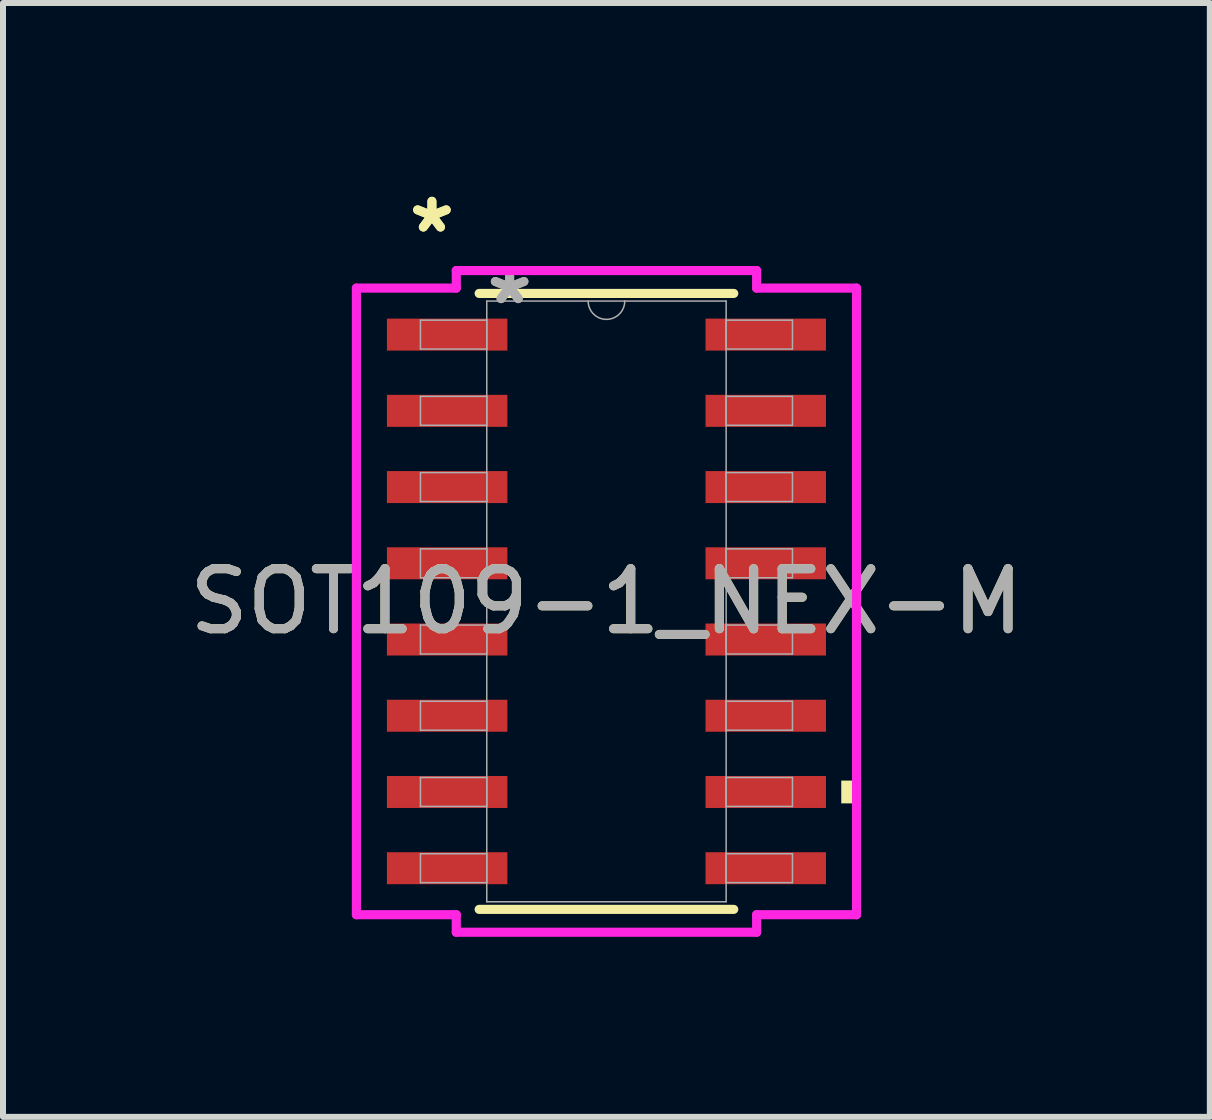
<source format=kicad_pcb>
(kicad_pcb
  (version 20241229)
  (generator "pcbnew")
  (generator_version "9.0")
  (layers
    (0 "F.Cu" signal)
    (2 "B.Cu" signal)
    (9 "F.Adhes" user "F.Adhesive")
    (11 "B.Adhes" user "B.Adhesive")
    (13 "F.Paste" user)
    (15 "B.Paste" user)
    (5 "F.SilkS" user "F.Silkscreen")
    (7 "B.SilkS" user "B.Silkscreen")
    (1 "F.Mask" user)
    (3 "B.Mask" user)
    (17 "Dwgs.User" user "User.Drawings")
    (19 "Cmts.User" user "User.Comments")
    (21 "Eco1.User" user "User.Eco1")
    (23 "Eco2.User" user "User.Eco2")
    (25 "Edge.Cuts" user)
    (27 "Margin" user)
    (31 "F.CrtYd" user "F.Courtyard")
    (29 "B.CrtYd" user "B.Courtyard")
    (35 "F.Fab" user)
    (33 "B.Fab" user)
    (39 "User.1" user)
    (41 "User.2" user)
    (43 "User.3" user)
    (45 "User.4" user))
  (footprint "SOT109-1_NEX-M"
    (layer "F.Cu")
    (at 7.054 6.97)
    (property "Reference" "SOT109-1_NEX-M" (at 0 0 0) (unlocked yes) (layer "F.SilkS") (effects (font (size 1 1) (thickness 0.15))))
    (attr smd)
    (fp_line (start -2.121 5.131) (end 2.121 5.131) (stroke (width 0.152) (type solid)) (layer "F.SilkS"))
    (fp_line (start 2.121 -5.131) (end -2.121 -5.131) (stroke (width 0.152) (type solid)) (layer "F.SilkS"))
    (fp_poly (pts (xy 4.166 2.985) (xy 4.166 3.365) (xy 3.912 3.365) (xy 3.912 2.985)) (stroke (width 0) (type solid)) (fill yes) (layer "F.SilkS"))
    (fp_line (start -4.166 -5.22) (end -2.502 -5.22) (stroke (width 0.152) (type solid)) (layer "F.CrtYd"))
    (fp_line (start -4.166 5.22) (end -4.166 -5.22) (stroke (width 0.152) (type solid)) (layer "F.CrtYd"))
    (fp_line (start -4.166 5.22) (end -2.502 5.22) (stroke (width 0.152) (type solid)) (layer "F.CrtYd"))
    (fp_line (start -2.502 -5.512) (end 2.502 -5.512) (stroke (width 0.152) (type solid)) (layer "F.CrtYd"))
    (fp_line (start -2.502 -5.22) (end -2.502 -5.512) (stroke (width 0.152) (type solid)) (layer "F.CrtYd"))
    (fp_line (start -2.502 5.512) (end -2.502 5.22) (stroke (width 0.152) (type solid)) (layer "F.CrtYd"))
    (fp_line (start 2.502 -5.512) (end 2.502 -5.22) (stroke (width 0.152) (type solid)) (layer "F.CrtYd"))
    (fp_line (start 2.502 5.22) (end 2.502 5.512) (stroke (width 0.152) (type solid)) (layer "F.CrtYd"))
    (fp_line (start 2.502 5.512) (end -2.502 5.512) (stroke (width 0.152) (type solid)) (layer "F.CrtYd"))
    (fp_line (start 4.166 -5.22) (end 2.502 -5.22) (stroke (width 0.152) (type solid)) (layer "F.CrtYd"))
    (fp_line (start 4.166 -5.22) (end 4.166 5.22) (stroke (width 0.152) (type solid)) (layer "F.CrtYd"))
    (fp_line (start 4.166 5.22) (end 2.502 5.22) (stroke (width 0.152) (type solid)) (layer "F.CrtYd"))
    (fp_line (start -3.099 -4.686) (end -3.099 -4.204) (stroke (width 0.025) (type solid)) (layer "F.Fab"))
    (fp_line (start -3.099 -4.204) (end -1.994 -4.204) (stroke (width 0.025) (type solid)) (layer "F.Fab"))
    (fp_line (start -3.099 -3.416) (end -3.099 -2.934) (stroke (width 0.025) (type solid)) (layer "F.Fab"))
    (fp_line (start -3.099 -2.934) (end -1.994 -2.934) (stroke (width 0.025) (type solid)) (layer "F.Fab"))
    (fp_line (start -3.099 -2.146) (end -3.099 -1.664) (stroke (width 0.025) (type solid)) (layer "F.Fab"))
    (fp_line (start -3.099 -1.664) (end -1.994 -1.664) (stroke (width 0.025) (type solid)) (layer "F.Fab"))
    (fp_line (start -3.099 -0.876) (end -3.099 -0.394) (stroke (width 0.025) (type solid)) (layer "F.Fab"))
    (fp_line (start -3.099 -0.394) (end -1.994 -0.394) (stroke (width 0.025) (type solid)) (layer "F.Fab"))
    (fp_line (start -3.099 0.394) (end -3.099 0.876) (stroke (width 0.025) (type solid)) (layer "F.Fab"))
    (fp_line (start -3.099 0.876) (end -1.994 0.876) (stroke (width 0.025) (type solid)) (layer "F.Fab"))
    (fp_line (start -3.099 1.664) (end -3.099 2.146) (stroke (width 0.025) (type solid)) (layer "F.Fab"))
    (fp_line (start -3.099 2.146) (end -1.994 2.146) (stroke (width 0.025) (type solid)) (layer "F.Fab"))
    (fp_line (start -3.099 2.934) (end -3.099 3.416) (stroke (width 0.025) (type solid)) (layer "F.Fab"))
    (fp_line (start -3.099 3.416) (end -1.994 3.416) (stroke (width 0.025) (type solid)) (layer "F.Fab"))
    (fp_line (start -3.099 4.204) (end -3.099 4.686) (stroke (width 0.025) (type solid)) (layer "F.Fab"))
    (fp_line (start -3.099 4.686) (end -1.994 4.686) (stroke (width 0.025) (type solid)) (layer "F.Fab"))
    (fp_line (start -1.994 -5.004) (end -1.994 5.004) (stroke (width 0.025) (type solid)) (layer "F.Fab"))
    (fp_line (start -1.994 -4.686) (end -3.099 -4.686) (stroke (width 0.025) (type solid)) (layer "F.Fab"))
    (fp_line (start -1.994 -4.204) (end -1.994 -4.686) (stroke (width 0.025) (type solid)) (layer "F.Fab"))
    (fp_line (start -1.994 -3.416) (end -3.099 -3.416) (stroke (width 0.025) (type solid)) (layer "F.Fab"))
    (fp_line (start -1.994 -2.934) (end -1.994 -3.416) (stroke (width 0.025) (type solid)) (layer "F.Fab"))
    (fp_line (start -1.994 -2.146) (end -3.099 -2.146) (stroke (width 0.025) (type solid)) (layer "F.Fab"))
    (fp_line (start -1.994 -1.664) (end -1.994 -2.146) (stroke (width 0.025) (type solid)) (layer "F.Fab"))
    (fp_line (start -1.994 -0.876) (end -3.099 -0.876) (stroke (width 0.025) (type solid)) (layer "F.Fab"))
    (fp_line (start -1.994 -0.394) (end -1.994 -0.876) (stroke (width 0.025) (type solid)) (layer "F.Fab"))
    (fp_line (start -1.994 0.394) (end -3.099 0.394) (stroke (width 0.025) (type solid)) (layer "F.Fab"))
    (fp_line (start -1.994 0.876) (end -1.994 0.394) (stroke (width 0.025) (type solid)) (layer "F.Fab"))
    (fp_line (start -1.994 1.664) (end -3.099 1.664) (stroke (width 0.025) (type solid)) (layer "F.Fab"))
    (fp_line (start -1.994 2.146) (end -1.994 1.664) (stroke (width 0.025) (type solid)) (layer "F.Fab"))
    (fp_line (start -1.994 2.934) (end -3.099 2.934) (stroke (width 0.025) (type solid)) (layer "F.Fab"))
    (fp_line (start -1.994 3.416) (end -1.994 2.934) (stroke (width 0.025) (type solid)) (layer "F.Fab"))
    (fp_line (start -1.994 4.204) (end -3.099 4.204) (stroke (width 0.025) (type solid)) (layer "F.Fab"))
    (fp_line (start -1.994 4.686) (end -1.994 4.204) (stroke (width 0.025) (type solid)) (layer "F.Fab"))
    (fp_line (start -1.994 5.004) (end 1.994 5.004) (stroke (width 0.025) (type solid)) (layer "F.Fab"))
    (fp_line (start 1.994 -5.004) (end -1.994 -5.004) (stroke (width 0.025) (type solid)) (layer "F.Fab"))
    (fp_line (start 1.994 -4.686) (end 1.994 -4.204) (stroke (width 0.025) (type solid)) (layer "F.Fab"))
    (fp_line (start 1.994 -4.204) (end 3.099 -4.204) (stroke (width 0.025) (type solid)) (layer "F.Fab"))
    (fp_line (start 1.994 -3.416) (end 1.994 -2.934) (stroke (width 0.025) (type solid)) (layer "F.Fab"))
    (fp_line (start 1.994 -2.934) (end 3.099 -2.934) (stroke (width 0.025) (type solid)) (layer "F.Fab"))
    (fp_line (start 1.994 -2.146) (end 1.994 -1.664) (stroke (width 0.025) (type solid)) (layer "F.Fab"))
    (fp_line (start 1.994 -1.664) (end 3.099 -1.664) (stroke (width 0.025) (type solid)) (layer "F.Fab"))
    (fp_line (start 1.994 -0.876) (end 1.994 -0.394) (stroke (width 0.025) (type solid)) (layer "F.Fab"))
    (fp_line (start 1.994 -0.394) (end 3.099 -0.394) (stroke (width 0.025) (type solid)) (layer "F.Fab"))
    (fp_line (start 1.994 0.394) (end 1.994 0.876) (stroke (width 0.025) (type solid)) (layer "F.Fab"))
    (fp_line (start 1.994 0.876) (end 3.099 0.876) (stroke (width 0.025) (type solid)) (layer "F.Fab"))
    (fp_line (start 1.994 1.664) (end 1.994 2.146) (stroke (width 0.025) (type solid)) (layer "F.Fab"))
    (fp_line (start 1.994 2.146) (end 3.099 2.146) (stroke (width 0.025) (type solid)) (layer "F.Fab"))
    (fp_line (start 1.994 2.934) (end 1.994 3.416) (stroke (width 0.025) (type solid)) (layer "F.Fab"))
    (fp_line (start 1.994 3.416) (end 3.099 3.416) (stroke (width 0.025) (type solid)) (layer "F.Fab"))
    (fp_line (start 1.994 4.204) (end 1.994 4.686) (stroke (width 0.025) (type solid)) (layer "F.Fab"))
    (fp_line (start 1.994 4.686) (end 3.099 4.686) (stroke (width 0.025) (type solid)) (layer "F.Fab"))
    (fp_line (start 1.994 5.004) (end 1.994 -5.004) (stroke (width 0.025) (type solid)) (layer "F.Fab"))
    (fp_line (start 3.099 -4.686) (end 1.994 -4.686) (stroke (width 0.025) (type solid)) (layer "F.Fab"))
    (fp_line (start 3.099 -4.204) (end 3.099 -4.686) (stroke (width 0.025) (type solid)) (layer "F.Fab"))
    (fp_line (start 3.099 -3.416) (end 1.994 -3.416) (stroke (width 0.025) (type solid)) (layer "F.Fab"))
    (fp_line (start 3.099 -2.934) (end 3.099 -3.416) (stroke (width 0.025) (type solid)) (layer "F.Fab"))
    (fp_line (start 3.099 -2.146) (end 1.994 -2.146) (stroke (width 0.025) (type solid)) (layer "F.Fab"))
    (fp_line (start 3.099 -1.664) (end 3.099 -2.146) (stroke (width 0.025) (type solid)) (layer "F.Fab"))
    (fp_line (start 3.099 -0.876) (end 1.994 -0.876) (stroke (width 0.025) (type solid)) (layer "F.Fab"))
    (fp_line (start 3.099 -0.394) (end 3.099 -0.876) (stroke (width 0.025) (type solid)) (layer "F.Fab"))
    (fp_line (start 3.099 0.394) (end 1.994 0.394) (stroke (width 0.025) (type solid)) (layer "F.Fab"))
    (fp_line (start 3.099 0.876) (end 3.099 0.394) (stroke (width 0.025) (type solid)) (layer "F.Fab"))
    (fp_line (start 3.099 1.664) (end 1.994 1.664) (stroke (width 0.025) (type solid)) (layer "F.Fab"))
    (fp_line (start 3.099 2.146) (end 3.099 1.664) (stroke (width 0.025) (type solid)) (layer "F.Fab"))
    (fp_line (start 3.099 2.934) (end 1.994 2.934) (stroke (width 0.025) (type solid)) (layer "F.Fab"))
    (fp_line (start 3.099 3.416) (end 3.099 2.934) (stroke (width 0.025) (type solid)) (layer "F.Fab"))
    (fp_line (start 3.099 4.204) (end 1.994 4.204) (stroke (width 0.025) (type solid)) (layer "F.Fab"))
    (fp_line (start 3.099 4.686) (end 3.099 4.204) (stroke (width 0.025) (type solid)) (layer "F.Fab"))
    (fp_arc (start 0.3048 -5.0038) (mid 0 -4.699) (end -0.3048 -5.0038) (stroke (width 0.0254) (type solid)) (layer "F.Fab"))
    (fp_text user "*" (at -2.908 -6.121 0) (layer "F.SilkS") (effects (font (size 1 1) (thickness 0.15))))
    (fp_text user "*" (at -2.908 -6.121 0) (unlocked yes) (layer "F.SilkS") (effects (font (size 1 1) (thickness 0.15))))
    (fp_text user "*" (at -1.613 -4.928 0) (layer "F.Fab") (effects (font (size 1 1) (thickness 0.15))))
    (fp_text user "${REFERENCE}" (at 0 0 0) (unlocked yes) (layer "F.Fab") (effects (font (size 1 1) (thickness 0.15))))
    (fp_text user "*" (at -1.613 -4.928 0) (unlocked yes) (layer "F.Fab") (effects (font (size 1 1) (thickness 0.15))))
    (pad "1" smd rect (at -2.654 -4.445) (size 2.007 0.533) (layers "F.Cu" "F.Mask" "F.Paste"))
    (pad "2" smd rect (at -2.654 -3.175) (size 2.007 0.533) (layers "F.Cu" "F.Mask" "F.Paste"))
    (pad "3" smd rect (at -2.654 -1.905) (size 2.007 0.533) (layers "F.Cu" "F.Mask" "F.Paste"))
    (pad "4" smd rect (at -2.654 -0.635) (size 2.007 0.533) (layers "F.Cu" "F.Mask" "F.Paste"))
    (pad "5" smd rect (at -2.654 0.635) (size 2.007 0.533) (layers "F.Cu" "F.Mask" "F.Paste"))
    (pad "6" smd rect (at -2.654 1.905) (size 2.007 0.533) (layers "F.Cu" "F.Mask" "F.Paste"))
    (pad "7" smd rect (at -2.654 3.175) (size 2.007 0.533) (layers "F.Cu" "F.Mask" "F.Paste"))
    (pad "8" smd rect (at -2.654 4.445) (size 2.007 0.533) (layers "F.Cu" "F.Mask" "F.Paste"))
    (pad "9" smd rect (at 2.654 4.445) (size 2.007 0.533) (layers "F.Cu" "F.Mask" "F.Paste"))
    (pad "10" smd rect (at 2.654 3.175) (size 2.007 0.533) (layers "F.Cu" "F.Mask" "F.Paste"))
    (pad "11" smd rect (at 2.654 1.905) (size 2.007 0.533) (layers "F.Cu" "F.Mask" "F.Paste"))
    (pad "12" smd rect (at 2.654 0.635) (size 2.007 0.533) (layers "F.Cu" "F.Mask" "F.Paste"))
    (pad "13" smd rect (at 2.654 -0.635) (size 2.007 0.533) (layers "F.Cu" "F.Mask" "F.Paste"))
    (pad "14" smd rect (at 2.654 -1.905) (size 2.007 0.533) (layers "F.Cu" "F.Mask" "F.Paste"))
    (pad "15" smd rect (at 2.654 -3.175) (size 2.007 0.533) (layers "F.Cu" "F.Mask" "F.Paste"))
    (pad "16" smd rect (at 2.654 -4.445) (size 2.007 0.533) (layers "F.Cu" "F.Mask" "F.Paste")))
  (gr_rect
    (start -3 -3)
    (end 17.107 15.558)
    (stroke (width 0.1) (type default))
    (fill no)
    (layer "Edge.Cuts")))
</source>
